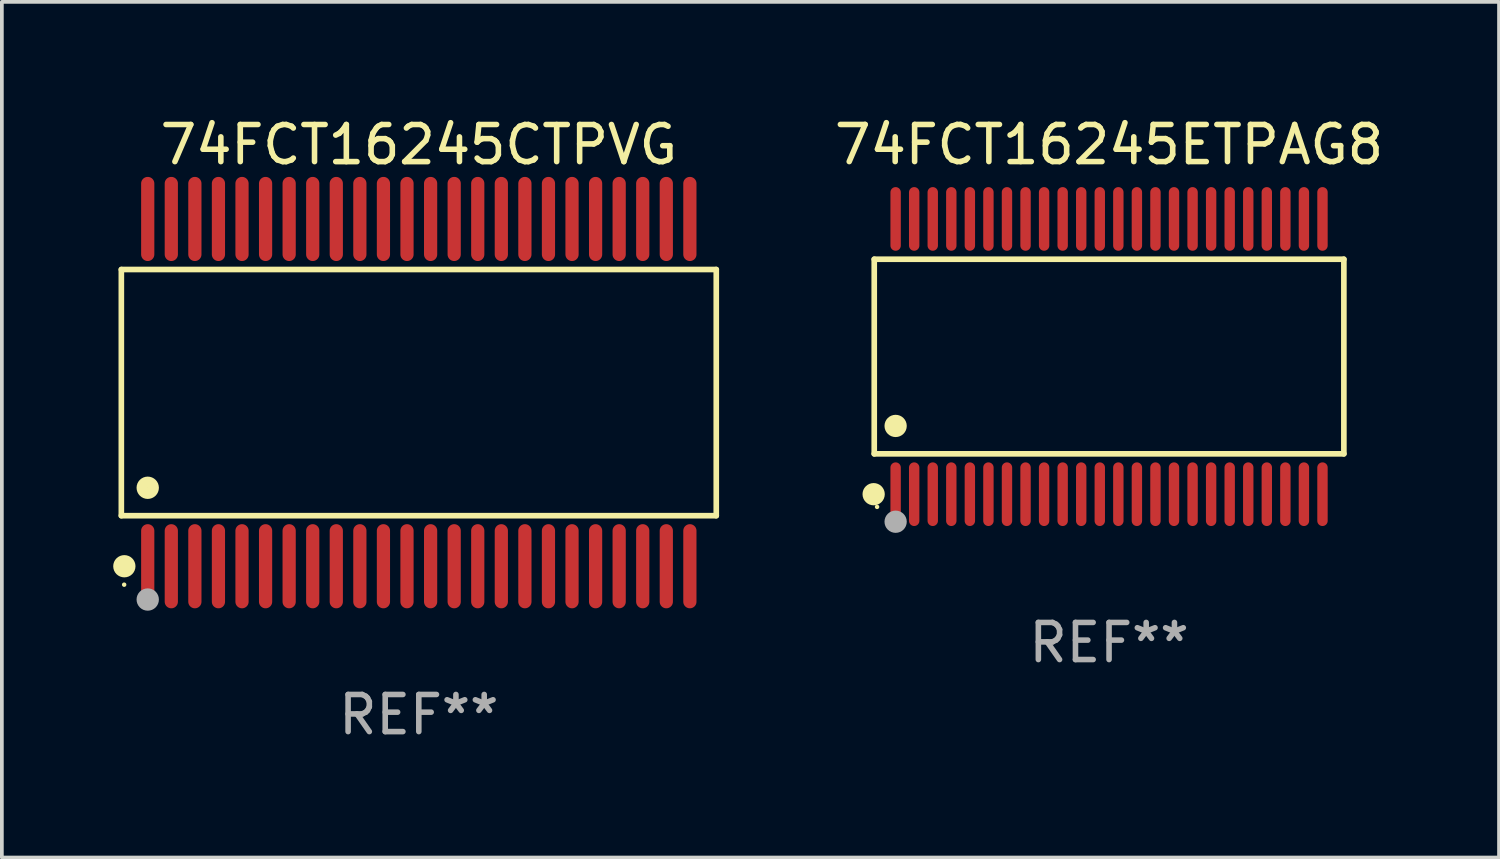
<source format=kicad_pcb>
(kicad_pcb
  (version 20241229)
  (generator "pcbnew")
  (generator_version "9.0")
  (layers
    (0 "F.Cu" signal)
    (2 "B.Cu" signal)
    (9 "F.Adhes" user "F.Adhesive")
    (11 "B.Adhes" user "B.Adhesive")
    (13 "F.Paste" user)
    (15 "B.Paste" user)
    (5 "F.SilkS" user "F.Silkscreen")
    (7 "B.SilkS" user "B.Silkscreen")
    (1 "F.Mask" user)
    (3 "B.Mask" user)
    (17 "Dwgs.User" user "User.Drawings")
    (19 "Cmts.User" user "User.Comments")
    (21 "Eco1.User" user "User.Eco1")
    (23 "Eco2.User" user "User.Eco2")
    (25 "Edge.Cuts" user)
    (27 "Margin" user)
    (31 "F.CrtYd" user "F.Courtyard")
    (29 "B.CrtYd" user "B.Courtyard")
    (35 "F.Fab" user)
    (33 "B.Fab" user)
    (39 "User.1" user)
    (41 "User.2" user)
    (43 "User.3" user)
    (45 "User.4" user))
  (footprint "74FCT16245ETPAG8"
    (layer "F.Cu")
    (at 26.829 6.556)
    (property "Reference" "74FCT16245ETPAG8" (at 0 -5.708 0) (layer "F.SilkS") (effects (font (size 1 1) (thickness 0.15))))
    (attr through_hole)
    (fp_line (start -6.326 -2.622) (end 6.326 -2.622) (stroke (width 0.152) (type solid)) (layer "F.SilkS"))
    (fp_line (start -6.326 2.621) (end -6.326 -2.622) (stroke (width 0.152) (type solid)) (layer "F.SilkS"))
    (fp_line (start 6.326 -2.622) (end 6.326 2.621) (stroke (width 0.152) (type solid)) (layer "F.SilkS"))
    (fp_line (start 6.326 2.621) (end -6.326 2.621) (stroke (width 0.152) (type solid)) (layer "F.SilkS"))
    (fp_circle (center -6.342 3.708) (end -6.192 3.708) (stroke (width 0.3) (type solid)) (fill no) (layer "F.SilkS"))
    (fp_circle (center -6.25 4.05) (end -6.22 4.05) (stroke (width 0.06) (type solid)) (fill no) (layer "F.SilkS"))
    (fp_circle (center -5.75 1.869) (end -5.6 1.869) (stroke (width 0.3) (type solid)) (fill no) (layer "F.SilkS"))
    (fp_circle (center -5.75 4.45) (end -5.6 4.45) (stroke (width 0.3) (type solid)) (fill no) (layer "F.Fab"))
    (fp_text user "REF**" (at 0 7.708 0) (layer "F.Fab") (effects (font (size 1 1) (thickness 0.15))))
    (pad "1" smd oval (at -5.75 3.708) (size 0.28 1.715) (layers "F.Cu" "F.Mask" "F.Paste"))
    (pad "2" smd oval (at -5.25 3.708) (size 0.28 1.715) (layers "F.Cu" "F.Mask" "F.Paste"))
    (pad "3" smd oval (at -4.75 3.708) (size 0.28 1.715) (layers "F.Cu" "F.Mask" "F.Paste"))
    (pad "4" smd oval (at -4.25 3.708) (size 0.28 1.715) (layers "F.Cu" "F.Mask" "F.Paste"))
    (pad "5" smd oval (at -3.75 3.708) (size 0.28 1.715) (layers "F.Cu" "F.Mask" "F.Paste"))
    (pad "6" smd oval (at -3.25 3.708) (size 0.28 1.715) (layers "F.Cu" "F.Mask" "F.Paste"))
    (pad "7" smd oval (at -2.75 3.708) (size 0.28 1.715) (layers "F.Cu" "F.Mask" "F.Paste"))
    (pad "8" smd oval (at -2.25 3.708) (size 0.28 1.715) (layers "F.Cu" "F.Mask" "F.Paste"))
    (pad "9" smd oval (at -1.75 3.708) (size 0.28 1.715) (layers "F.Cu" "F.Mask" "F.Paste"))
    (pad "10" smd oval (at -1.25 3.708) (size 0.28 1.715) (layers "F.Cu" "F.Mask" "F.Paste"))
    (pad "11" smd oval (at -0.75 3.708) (size 0.28 1.715) (layers "F.Cu" "F.Mask" "F.Paste"))
    (pad "12" smd oval (at -0.25 3.708) (size 0.28 1.715) (layers "F.Cu" "F.Mask" "F.Paste"))
    (pad "13" smd oval (at 0.25 3.708) (size 0.28 1.715) (layers "F.Cu" "F.Mask" "F.Paste"))
    (pad "14" smd oval (at 0.75 3.708) (size 0.28 1.715) (layers "F.Cu" "F.Mask" "F.Paste"))
    (pad "15" smd oval (at 1.25 3.708) (size 0.28 1.715) (layers "F.Cu" "F.Mask" "F.Paste"))
    (pad "16" smd oval (at 1.75 3.708) (size 0.28 1.715) (layers "F.Cu" "F.Mask" "F.Paste"))
    (pad "17" smd oval (at 2.25 3.708) (size 0.28 1.715) (layers "F.Cu" "F.Mask" "F.Paste"))
    (pad "18" smd oval (at 2.75 3.708) (size 0.28 1.715) (layers "F.Cu" "F.Mask" "F.Paste"))
    (pad "19" smd oval (at 3.25 3.708) (size 0.28 1.715) (layers "F.Cu" "F.Mask" "F.Paste"))
    (pad "20" smd oval (at 3.75 3.708) (size 0.28 1.715) (layers "F.Cu" "F.Mask" "F.Paste"))
    (pad "21" smd oval (at 4.25 3.708) (size 0.28 1.715) (layers "F.Cu" "F.Mask" "F.Paste"))
    (pad "22" smd oval (at 4.75 3.708) (size 0.28 1.715) (layers "F.Cu" "F.Mask" "F.Paste"))
    (pad "23" smd oval (at 5.25 3.708) (size 0.28 1.715) (layers "F.Cu" "F.Mask" "F.Paste"))
    (pad "24" smd oval (at 5.75 3.708) (size 0.28 1.715) (layers "F.Cu" "F.Mask" "F.Paste"))
    (pad "25" smd oval (at 5.75 -3.708) (size 0.28 1.715) (layers "F.Cu" "F.Mask" "F.Paste"))
    (pad "26" smd oval (at 5.25 -3.708) (size 0.28 1.715) (layers "F.Cu" "F.Mask" "F.Paste"))
    (pad "27" smd oval (at 4.75 -3.708) (size 0.28 1.715) (layers "F.Cu" "F.Mask" "F.Paste"))
    (pad "28" smd oval (at 4.25 -3.708) (size 0.28 1.715) (layers "F.Cu" "F.Mask" "F.Paste"))
    (pad "29" smd oval (at 3.75 -3.708) (size 0.28 1.715) (layers "F.Cu" "F.Mask" "F.Paste"))
    (pad "30" smd oval (at 3.25 -3.708) (size 0.28 1.715) (layers "F.Cu" "F.Mask" "F.Paste"))
    (pad "31" smd oval (at 2.75 -3.708) (size 0.28 1.715) (layers "F.Cu" "F.Mask" "F.Paste"))
    (pad "32" smd oval (at 2.25 -3.708) (size 0.28 1.715) (layers "F.Cu" "F.Mask" "F.Paste"))
    (pad "33" smd oval (at 1.75 -3.708) (size 0.28 1.715) (layers "F.Cu" "F.Mask" "F.Paste"))
    (pad "34" smd oval (at 1.25 -3.708) (size 0.28 1.715) (layers "F.Cu" "F.Mask" "F.Paste"))
    (pad "35" smd oval (at 0.75 -3.708) (size 0.28 1.715) (layers "F.Cu" "F.Mask" "F.Paste"))
    (pad "36" smd oval (at 0.25 -3.708) (size 0.28 1.715) (layers "F.Cu" "F.Mask" "F.Paste"))
    (pad "37" smd oval (at -0.25 -3.708) (size 0.28 1.715) (layers "F.Cu" "F.Mask" "F.Paste"))
    (pad "38" smd oval (at -0.75 -3.708) (size 0.28 1.715) (layers "F.Cu" "F.Mask" "F.Paste"))
    (pad "39" smd oval (at -1.25 -3.708) (size 0.28 1.715) (layers "F.Cu" "F.Mask" "F.Paste"))
    (pad "40" smd oval (at -1.75 -3.708) (size 0.28 1.715) (layers "F.Cu" "F.Mask" "F.Paste"))
    (pad "41" smd oval (at -2.25 -3.708) (size 0.28 1.715) (layers "F.Cu" "F.Mask" "F.Paste"))
    (pad "42" smd oval (at -2.75 -3.708) (size 0.28 1.715) (layers "F.Cu" "F.Mask" "F.Paste"))
    (pad "43" smd oval (at -3.25 -3.708) (size 0.28 1.715) (layers "F.Cu" "F.Mask" "F.Paste"))
    (pad "44" smd oval (at -3.75 -3.708) (size 0.28 1.715) (layers "F.Cu" "F.Mask" "F.Paste"))
    (pad "45" smd oval (at -4.25 -3.708) (size 0.28 1.715) (layers "F.Cu" "F.Mask" "F.Paste"))
    (pad "46" smd oval (at -4.75 -3.708) (size 0.28 1.715) (layers "F.Cu" "F.Mask" "F.Paste"))
    (pad "47" smd oval (at -5.25 -3.708) (size 0.28 1.715) (layers "F.Cu" "F.Mask" "F.Paste"))
    (pad "48" smd oval (at -5.75 -3.708) (size 0.28 1.715) (layers "F.Cu" "F.Mask" "F.Paste")))
  (footprint "74FCT16245CTPVG"
    (layer "F.Cu")
    (at 8.233 7.527)
    (property "Reference" "74FCT16245CTPVG" (at 0 -6.678 0) (layer "F.SilkS") (effects (font (size 1 1) (thickness 0.15))))
    (attr through_hole)
    (fp_line (start -8.014 -3.316) (end 8.014 -3.316) (stroke (width 0.152) (type solid)) (layer "F.SilkS"))
    (fp_line (start -8.014 3.316) (end -8.014 -3.316) (stroke (width 0.152) (type solid)) (layer "F.SilkS"))
    (fp_line (start 8.014 -3.316) (end 8.014 3.316) (stroke (width 0.152) (type solid)) (layer "F.SilkS"))
    (fp_line (start 8.014 3.316) (end -8.014 3.316) (stroke (width 0.152) (type solid)) (layer "F.SilkS"))
    (fp_circle (center -7.938 5.175) (end -7.908 5.175) (stroke (width 0.06) (type solid)) (fill no) (layer "F.SilkS"))
    (fp_circle (center -7.933 4.678) (end -7.783 4.678) (stroke (width 0.3) (type solid)) (fill no) (layer "F.SilkS"))
    (fp_circle (center -7.303 2.564) (end -7.152 2.564) (stroke (width 0.3) (type solid)) (fill no) (layer "F.SilkS"))
    (fp_circle (center -7.303 5.575) (end -7.152 5.575) (stroke (width 0.3) (type solid)) (fill no) (layer "F.Fab"))
    (fp_text user "REF**" (at 0 8.678 0) (layer "F.Fab") (effects (font (size 1 1) (thickness 0.15))))
    (pad "1" smd oval (at -7.303 4.678) (size 0.356 2.267) (layers "F.Cu" "F.Mask" "F.Paste"))
    (pad "2" smd oval (at -6.668 4.678) (size 0.356 2.267) (layers "F.Cu" "F.Mask" "F.Paste"))
    (pad "3" smd oval (at -6.033 4.678) (size 0.356 2.267) (layers "F.Cu" "F.Mask" "F.Paste"))
    (pad "4" smd oval (at -5.398 4.678) (size 0.356 2.267) (layers "F.Cu" "F.Mask" "F.Paste"))
    (pad "5" smd oval (at -4.763 4.678) (size 0.356 2.267) (layers "F.Cu" "F.Mask" "F.Paste"))
    (pad "6" smd oval (at -4.128 4.678) (size 0.356 2.267) (layers "F.Cu" "F.Mask" "F.Paste"))
    (pad "7" smd oval (at -3.493 4.678) (size 0.356 2.267) (layers "F.Cu" "F.Mask" "F.Paste"))
    (pad "8" smd oval (at -2.858 4.678) (size 0.356 2.267) (layers "F.Cu" "F.Mask" "F.Paste"))
    (pad "9" smd oval (at -2.223 4.678) (size 0.356 2.267) (layers "F.Cu" "F.Mask" "F.Paste"))
    (pad "10" smd oval (at -1.588 4.678) (size 0.356 2.267) (layers "F.Cu" "F.Mask" "F.Paste"))
    (pad "11" smd oval (at -0.953 4.678) (size 0.356 2.267) (layers "F.Cu" "F.Mask" "F.Paste"))
    (pad "12" smd oval (at -0.318 4.678) (size 0.356 2.267) (layers "F.Cu" "F.Mask" "F.Paste"))
    (pad "13" smd oval (at 0.318 4.678) (size 0.356 2.267) (layers "F.Cu" "F.Mask" "F.Paste"))
    (pad "14" smd oval (at 0.953 4.678) (size 0.356 2.267) (layers "F.Cu" "F.Mask" "F.Paste"))
    (pad "15" smd oval (at 1.588 4.678) (size 0.356 2.267) (layers "F.Cu" "F.Mask" "F.Paste"))
    (pad "16" smd oval (at 2.223 4.678) (size 0.356 2.267) (layers "F.Cu" "F.Mask" "F.Paste"))
    (pad "17" smd oval (at 2.858 4.678) (size 0.356 2.267) (layers "F.Cu" "F.Mask" "F.Paste"))
    (pad "18" smd oval (at 3.493 4.678) (size 0.356 2.267) (layers "F.Cu" "F.Mask" "F.Paste"))
    (pad "19" smd oval (at 4.128 4.678) (size 0.356 2.267) (layers "F.Cu" "F.Mask" "F.Paste"))
    (pad "20" smd oval (at 4.763 4.678) (size 0.356 2.267) (layers "F.Cu" "F.Mask" "F.Paste"))
    (pad "21" smd oval (at 5.398 4.678) (size 0.356 2.267) (layers "F.Cu" "F.Mask" "F.Paste"))
    (pad "22" smd oval (at 6.033 4.678) (size 0.356 2.267) (layers "F.Cu" "F.Mask" "F.Paste"))
    (pad "23" smd oval (at 6.668 4.678) (size 0.356 2.267) (layers "F.Cu" "F.Mask" "F.Paste"))
    (pad "24" smd oval (at 7.303 4.678) (size 0.356 2.267) (layers "F.Cu" "F.Mask" "F.Paste"))
    (pad "25" smd oval (at 7.303 -4.678) (size 0.356 2.267) (layers "F.Cu" "F.Mask" "F.Paste"))
    (pad "26" smd oval (at 6.668 -4.678) (size 0.356 2.267) (layers "F.Cu" "F.Mask" "F.Paste"))
    (pad "27" smd oval (at 6.033 -4.678) (size 0.356 2.267) (layers "F.Cu" "F.Mask" "F.Paste"))
    (pad "28" smd oval (at 5.398 -4.678) (size 0.356 2.267) (layers "F.Cu" "F.Mask" "F.Paste"))
    (pad "29" smd oval (at 4.763 -4.678) (size 0.356 2.267) (layers "F.Cu" "F.Mask" "F.Paste"))
    (pad "30" smd oval (at 4.128 -4.678) (size 0.356 2.267) (layers "F.Cu" "F.Mask" "F.Paste"))
    (pad "31" smd oval (at 3.493 -4.678) (size 0.356 2.267) (layers "F.Cu" "F.Mask" "F.Paste"))
    (pad "32" smd oval (at 2.858 -4.678) (size 0.356 2.267) (layers "F.Cu" "F.Mask" "F.Paste"))
    (pad "33" smd oval (at 2.223 -4.678) (size 0.356 2.267) (layers "F.Cu" "F.Mask" "F.Paste"))
    (pad "34" smd oval (at 1.588 -4.678) (size 0.356 2.267) (layers "F.Cu" "F.Mask" "F.Paste"))
    (pad "35" smd oval (at 0.953 -4.678) (size 0.356 2.267) (layers "F.Cu" "F.Mask" "F.Paste"))
    (pad "36" smd oval (at 0.318 -4.678) (size 0.356 2.267) (layers "F.Cu" "F.Mask" "F.Paste"))
    (pad "37" smd oval (at -0.318 -4.678) (size 0.356 2.267) (layers "F.Cu" "F.Mask" "F.Paste"))
    (pad "38" smd oval (at -0.953 -4.678) (size 0.356 2.267) (layers "F.Cu" "F.Mask" "F.Paste"))
    (pad "39" smd oval (at -1.588 -4.678) (size 0.356 2.267) (layers "F.Cu" "F.Mask" "F.Paste"))
    (pad "40" smd oval (at -2.223 -4.678) (size 0.356 2.267) (layers "F.Cu" "F.Mask" "F.Paste"))
    (pad "41" smd oval (at -2.858 -4.678) (size 0.356 2.267) (layers "F.Cu" "F.Mask" "F.Paste"))
    (pad "42" smd oval (at -3.493 -4.678) (size 0.356 2.267) (layers "F.Cu" "F.Mask" "F.Paste"))
    (pad "43" smd oval (at -4.128 -4.678) (size 0.356 2.267) (layers "F.Cu" "F.Mask" "F.Paste"))
    (pad "44" smd oval (at -4.763 -4.678) (size 0.356 2.267) (layers "F.Cu" "F.Mask" "F.Paste"))
    (pad "45" smd oval (at -5.398 -4.678) (size 0.356 2.267) (layers "F.Cu" "F.Mask" "F.Paste"))
    (pad "46" smd oval (at -6.033 -4.678) (size 0.356 2.267) (layers "F.Cu" "F.Mask" "F.Paste"))
    (pad "47" smd oval (at -6.668 -4.678) (size 0.356 2.267) (layers "F.Cu" "F.Mask" "F.Paste"))
    (pad "48" smd oval (at -7.303 -4.678) (size 0.356 2.267) (layers "F.Cu" "F.Mask" "F.Paste")))
  (gr_rect
    (start -3 -3)
    (end 37.335 20.053)
    (stroke (width 0.1) (type default))
    (fill no)
    (layer "Edge.Cuts")))
</source>
